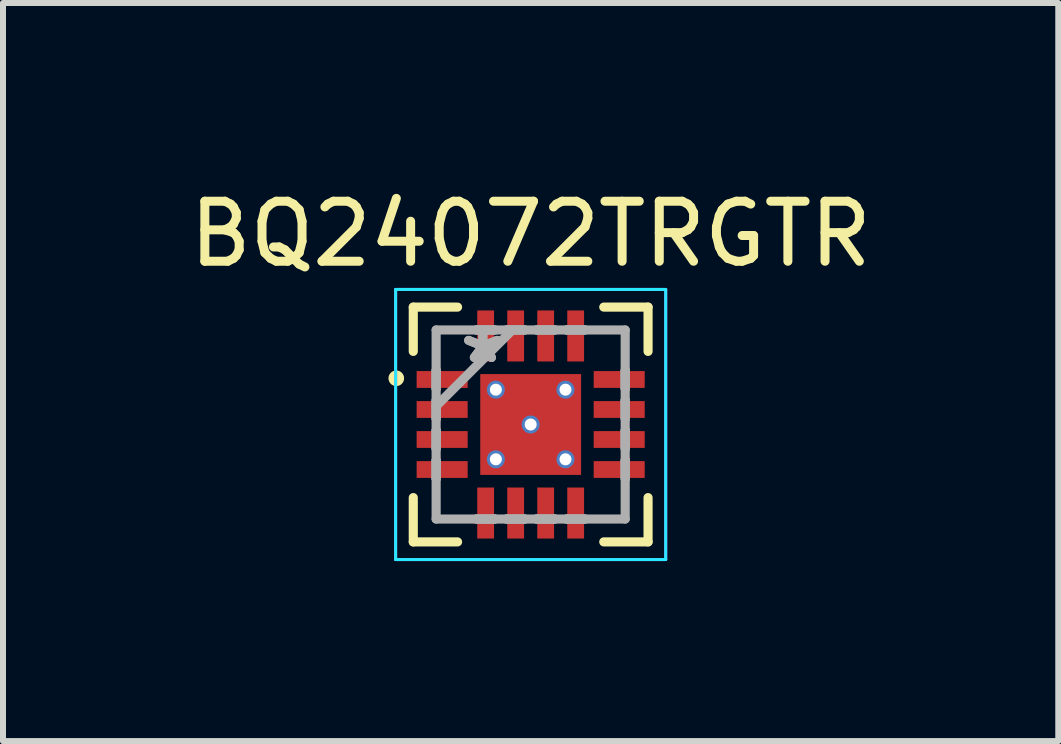
<source format=kicad_pcb>
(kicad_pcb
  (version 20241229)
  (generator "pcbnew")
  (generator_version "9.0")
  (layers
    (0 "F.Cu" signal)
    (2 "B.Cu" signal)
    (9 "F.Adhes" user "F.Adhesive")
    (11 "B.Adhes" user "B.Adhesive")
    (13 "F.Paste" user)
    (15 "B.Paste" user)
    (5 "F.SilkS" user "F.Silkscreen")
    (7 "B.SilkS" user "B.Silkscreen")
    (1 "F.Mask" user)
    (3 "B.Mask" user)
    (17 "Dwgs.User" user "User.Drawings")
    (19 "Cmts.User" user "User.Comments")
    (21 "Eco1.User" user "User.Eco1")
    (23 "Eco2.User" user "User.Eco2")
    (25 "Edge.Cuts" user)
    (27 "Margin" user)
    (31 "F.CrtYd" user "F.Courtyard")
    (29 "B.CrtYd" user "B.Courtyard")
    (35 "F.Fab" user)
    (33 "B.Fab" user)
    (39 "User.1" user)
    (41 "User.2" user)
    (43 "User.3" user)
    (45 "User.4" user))
  (footprint "BQ24072TRGTR"
    (layer "F.Cu")
    (at 5.792 4.023)
    (property "Reference" "BQ24072TRGTR" (at 0 -3.175 0) (layer "F.SilkS") (effects (font (size 1 1) (thickness 0.15))))
    (attr through_hole)
    (fp_line (start -1.956 -1.956) (end -1.956 -1.218) (stroke (width 0.152) (type solid)) (layer "F.SilkS"))
    (fp_line (start -1.956 1.218) (end -1.956 1.956) (stroke (width 0.152) (type solid)) (layer "F.SilkS"))
    (fp_line (start -1.956 1.956) (end -1.218 1.956) (stroke (width 0.152) (type solid)) (layer "F.SilkS"))
    (fp_line (start -1.218 -1.956) (end -1.956 -1.956) (stroke (width 0.152) (type solid)) (layer "F.SilkS"))
    (fp_line (start 1.218 1.956) (end 1.956 1.956) (stroke (width 0.152) (type solid)) (layer "F.SilkS"))
    (fp_line (start 1.956 -1.956) (end 1.218 -1.956) (stroke (width 0.152) (type solid)) (layer "F.SilkS"))
    (fp_line (start 1.956 -1.218) (end 1.956 -1.956) (stroke (width 0.152) (type solid)) (layer "F.SilkS"))
    (fp_line (start 1.956 1.956) (end 1.956 1.218) (stroke (width 0.152) (type solid)) (layer "F.SilkS"))
    (fp_circle (center -2.239 -0.77) (end -2.17 -0.757) (stroke (width 0.12) (type solid)) (fill no) (layer "F.SilkS"))
    (fp_line (start -0.775 -0.775) (end -0.775 -0.494) (stroke (width 0.152) (type solid)) (layer "F.Paste"))
    (fp_line (start -0.775 -0.494) (end -0.635 -0.494) (stroke (width 0.152) (type solid)) (layer "F.Paste"))
    (fp_line (start -0.775 -0.294) (end -0.775 0.294) (stroke (width 0.152) (type solid)) (layer "F.Paste"))
    (fp_line (start -0.775 0.294) (end -0.635 0.294) (stroke (width 0.152) (type solid)) (layer "F.Paste"))
    (fp_line (start -0.775 0.775) (end -0.494 0.775) (stroke (width 0.152) (type solid)) (layer "F.Paste"))
    (fp_line (start -0.635 -0.494) (end -0.635 -0.494) (stroke (width 0.152) (type solid)) (layer "F.Paste"))
    (fp_line (start -0.635 -0.494) (end -0.494 -0.635) (stroke (width 0.152) (type solid)) (layer "F.Paste"))
    (fp_line (start -0.635 -0.294) (end -0.775 -0.294) (stroke (width 0.152) (type solid)) (layer "F.Paste"))
    (fp_line (start -0.635 -0.294) (end -0.635 -0.294) (stroke (width 0.152) (type solid)) (layer "F.Paste"))
    (fp_line (start -0.635 0.294) (end -0.635 0.294) (stroke (width 0.152) (type solid)) (layer "F.Paste"))
    (fp_line (start -0.635 0.294) (end -0.494 0.152) (stroke (width 0.152) (type solid)) (layer "F.Paste"))
    (fp_line (start -0.635 0.494) (end -0.775 0.494) (stroke (width 0.152) (type solid)) (layer "F.Paste"))
    (fp_line (start -0.635 0.494) (end -0.635 0.494) (stroke (width 0.152) (type solid)) (layer "F.Paste"))
    (fp_line (start -0.494 -0.775) (end -0.775 -0.775) (stroke (width 0.152) (type solid)) (layer "F.Paste"))
    (fp_line (start -0.494 -0.635) (end -0.494 -0.775) (stroke (width 0.152) (type solid)) (layer "F.Paste"))
    (fp_line (start -0.494 -0.635) (end -0.494 -0.635) (stroke (width 0.152) (type solid)) (layer "F.Paste"))
    (fp_line (start -0.494 -0.152) (end -0.635 -0.294) (stroke (width 0.152) (type solid)) (layer "F.Paste"))
    (fp_line (start -0.494 -0.152) (end -0.494 -0.152) (stroke (width 0.152) (type solid)) (layer "F.Paste"))
    (fp_line (start -0.494 0.152) (end -0.494 -0.152) (stroke (width 0.152) (type solid)) (layer "F.Paste"))
    (fp_line (start -0.494 0.152) (end -0.494 0.152) (stroke (width 0.152) (type solid)) (layer "F.Paste"))
    (fp_line (start -0.494 0.635) (end -0.494 0.635) (stroke (width 0.152) (type solid)) (layer "F.Paste"))
    (fp_line (start -0.494 0.775) (end -0.494 0.635) (stroke (width 0.152) (type solid)) (layer "F.Paste"))
    (fp_line (start -0.294 -0.775) (end -0.294 -0.635) (stroke (width 0.152) (type solid)) (layer "F.Paste"))
    (fp_line (start -0.294 -0.635) (end -0.294 -0.635) (stroke (width 0.152) (type solid)) (layer "F.Paste"))
    (fp_line (start -0.294 -0.635) (end -0.152 -0.494) (stroke (width 0.152) (type solid)) (layer "F.Paste"))
    (fp_line (start -0.294 -0.152) (end -0.294 -0.152) (stroke (width 0.152) (type solid)) (layer "F.Paste"))
    (fp_line (start -0.294 -0.152) (end -0.294 0.152) (stroke (width 0.152) (type solid)) (layer "F.Paste"))
    (fp_line (start -0.294 0.152) (end -0.294 0.152) (stroke (width 0.152) (type solid)) (layer "F.Paste"))
    (fp_line (start -0.294 0.152) (end -0.152 0.294) (stroke (width 0.152) (type solid)) (layer "F.Paste"))
    (fp_line (start -0.294 0.635) (end -0.294 0.635) (stroke (width 0.152) (type solid)) (layer "F.Paste"))
    (fp_line (start -0.294 0.635) (end -0.294 0.775) (stroke (width 0.152) (type solid)) (layer "F.Paste"))
    (fp_line (start -0.294 0.775) (end 0.294 0.775) (stroke (width 0.152) (type solid)) (layer "F.Paste"))
    (fp_line (start -0.152 -0.494) (end -0.152 -0.494) (stroke (width 0.152) (type solid)) (layer "F.Paste"))
    (fp_line (start -0.152 -0.494) (end 0.152 -0.494) (stroke (width 0.152) (type solid)) (layer "F.Paste"))
    (fp_line (start -0.152 -0.294) (end -0.294 -0.152) (stroke (width 0.152) (type solid)) (layer "F.Paste"))
    (fp_line (start -0.152 -0.294) (end -0.152 -0.294) (stroke (width 0.152) (type solid)) (layer "F.Paste"))
    (fp_line (start -0.152 0.294) (end -0.152 0.294) (stroke (width 0.152) (type solid)) (layer "F.Paste"))
    (fp_line (start -0.152 0.294) (end 0.152 0.294) (stroke (width 0.152) (type solid)) (layer "F.Paste"))
    (fp_line (start -0.152 0.494) (end -0.294 0.635) (stroke (width 0.152) (type solid)) (layer "F.Paste"))
    (fp_line (start -0.152 0.494) (end -0.152 0.494) (stroke (width 0.152) (type solid)) (layer "F.Paste"))
    (fp_line (start 0.152 -0.494) (end 0.152 -0.494) (stroke (width 0.152) (type solid)) (layer "F.Paste"))
    (fp_line (start 0.152 -0.494) (end 0.294 -0.635) (stroke (width 0.152) (type solid)) (layer "F.Paste"))
    (fp_line (start 0.152 -0.294) (end 0.152 -0.294) (stroke (width 0.152) (type solid)) (layer "F.Paste"))
    (fp_line (start 0.152 0.294) (end 0.152 0.294) (stroke (width 0.152) (type solid)) (layer "F.Paste"))
    (fp_line (start 0.152 0.494) (end -0.152 0.494) (stroke (width 0.152) (type solid)) (layer "F.Paste"))
    (fp_line (start 0.152 0.494) (end 0.152 0.494) (stroke (width 0.152) (type solid)) (layer "F.Paste"))
    (fp_line (start 0.294 -0.635) (end 0.294 -0.775) (stroke (width 0.152) (type solid)) (layer "F.Paste"))
    (fp_line (start 0.294 -0.635) (end 0.294 -0.635) (stroke (width 0.152) (type solid)) (layer "F.Paste"))
    (fp_line (start 0.294 -0.152) (end 0.152 -0.294) (stroke (width 0.152) (type solid)) (layer "F.Paste"))
    (fp_line (start 0.294 -0.152) (end 0.294 -0.152) (stroke (width 0.152) (type solid)) (layer "F.Paste"))
    (fp_line (start 0.294 0.152) (end 0.294 -0.152) (stroke (width 0.152) (type solid)) (layer "F.Paste"))
    (fp_line (start 0.294 0.152) (end 0.294 0.152) (stroke (width 0.152) (type solid)) (layer "F.Paste"))
    (fp_line (start 0.294 0.635) (end 0.152 0.494) (stroke (width 0.152) (type solid)) (layer "F.Paste"))
    (fp_line (start 0.294 0.635) (end 0.294 0.635) (stroke (width 0.152) (type solid)) (layer "F.Paste"))
    (fp_line (start 0.294 0.775) (end 0.294 0.635) (stroke (width 0.152) (type solid)) (layer "F.Paste"))
    (fp_line (start 0.494 -0.775) (end 0.494 -0.635) (stroke (width 0.152) (type solid)) (layer "F.Paste"))
    (fp_line (start 0.494 -0.635) (end 0.494 -0.635) (stroke (width 0.152) (type solid)) (layer "F.Paste"))
    (fp_line (start 0.494 -0.635) (end 0.635 -0.494) (stroke (width 0.152) (type solid)) (layer "F.Paste"))
    (fp_line (start 0.494 -0.152) (end 0.494 -0.152) (stroke (width 0.152) (type solid)) (layer "F.Paste"))
    (fp_line (start 0.494 -0.152) (end 0.494 0.152) (stroke (width 0.152) (type solid)) (layer "F.Paste"))
    (fp_line (start 0.494 0.152) (end 0.635 0.294) (stroke (width 0.152) (type solid)) (layer "F.Paste"))
    (fp_line (start 0.494 0.635) (end 0.494 0.635) (stroke (width 0.152) (type solid)) (layer "F.Paste"))
    (fp_line (start 0.494 0.635) (end 0.494 0.775) (stroke (width 0.152) (type solid)) (layer "F.Paste"))
    (fp_line (start 0.494 0.775) (end 0.775 0.775) (stroke (width 0.152) (type solid)) (layer "F.Paste"))
    (fp_line (start 0.635 -0.494) (end 0.635 -0.494) (stroke (width 0.152) (type solid)) (layer "F.Paste"))
    (fp_line (start 0.635 -0.494) (end 0.775 -0.494) (stroke (width 0.152) (type solid)) (layer "F.Paste"))
    (fp_line (start 0.635 -0.294) (end 0.494 -0.152) (stroke (width 0.152) (type solid)) (layer "F.Paste"))
    (fp_line (start 0.635 -0.294) (end 0.635 -0.294) (stroke (width 0.152) (type solid)) (layer "F.Paste"))
    (fp_line (start 0.635 0.294) (end 0.635 0.294) (stroke (width 0.152) (type solid)) (layer "F.Paste"))
    (fp_line (start 0.635 0.294) (end 0.775 0.294) (stroke (width 0.152) (type solid)) (layer "F.Paste"))
    (fp_line (start 0.635 0.494) (end 0.494 0.635) (stroke (width 0.152) (type solid)) (layer "F.Paste"))
    (fp_line (start 0.635 0.494) (end 0.635 0.494) (stroke (width 0.152) (type solid)) (layer "F.Paste"))
    (fp_line (start 0.775 -0.775) (end 0.494 -0.775) (stroke (width 0.152) (type solid)) (layer "F.Paste"))
    (fp_line (start 0.775 -0.494) (end 0.775 -0.775) (stroke (width 0.152) (type solid)) (layer "F.Paste"))
    (fp_line (start 0.775 -0.294) (end 0.635 -0.294) (stroke (width 0.152) (type solid)) (layer "F.Paste"))
    (fp_line (start 0.775 0.294) (end 0.775 -0.294) (stroke (width 0.152) (type solid)) (layer "F.Paste"))
    (fp_line (start 0.775 0.494) (end 0.635 0.494) (stroke (width 0.152) (type solid)) (layer "F.Paste"))
    (fp_line (start 0.775 0.775) (end 0.775 0.494) (stroke (width 0.152) (type solid)) (layer "F.Paste"))
    (fp_line (start -2.25 -2.25) (end -2.25 2.25) (stroke (width 0.05) (type solid)) (layer "B.CrtYd"))
    (fp_line (start 2.25 -2.25) (end -2.25 -2.25) (stroke (width 0.05) (type solid)) (layer "B.CrtYd"))
    (fp_line (start 2.25 -2.25) (end 2.25 2.25) (stroke (width 0.05) (type solid)) (layer "B.CrtYd"))
    (fp_line (start 2.25 2.25) (end -2.25 2.25) (stroke (width 0.05) (type solid)) (layer "B.CrtYd"))
    (fp_line (start -2.25 -2.25) (end -2.25 2.25) (stroke (width 0.05) (type solid)) (layer "F.CrtYd"))
    (fp_line (start -2.25 -2.25) (end 2.25 -2.25) (stroke (width 0.05) (type solid)) (layer "F.CrtYd"))
    (fp_line (start 2.25 -2.25) (end 2.25 2.25) (stroke (width 0.05) (type solid)) (layer "F.CrtYd"))
    (fp_line (start 2.25 2.25) (end -2.25 2.25) (stroke (width 0.05) (type solid)) (layer "F.CrtYd"))
    (fp_line (start -1.575 -1.575) (end -1.575 1.575) (stroke (width 0.152) (type solid)) (layer "F.Fab"))
    (fp_line (start -1.575 -0.9) (end -1.575 -0.9) (stroke (width 0.152) (type solid)) (layer "F.Fab"))
    (fp_line (start -1.575 -0.9) (end -1.575 -0.6) (stroke (width 0.152) (type solid)) (layer "F.Fab"))
    (fp_line (start -1.575 -0.6) (end -1.575 -0.9) (stroke (width 0.152) (type solid)) (layer "F.Fab"))
    (fp_line (start -1.575 -0.6) (end -1.575 -0.6) (stroke (width 0.152) (type solid)) (layer "F.Fab"))
    (fp_line (start -1.575 -0.4) (end -1.575 -0.4) (stroke (width 0.152) (type solid)) (layer "F.Fab"))
    (fp_line (start -1.575 -0.4) (end -1.575 -0.1) (stroke (width 0.152) (type solid)) (layer "F.Fab"))
    (fp_line (start -1.575 -0.305) (end -0.305 -1.575) (stroke (width 0.152) (type solid)) (layer "F.Fab"))
    (fp_line (start -1.575 -0.1) (end -1.575 -0.4) (stroke (width 0.152) (type solid)) (layer "F.Fab"))
    (fp_line (start -1.575 -0.1) (end -1.575 -0.1) (stroke (width 0.152) (type solid)) (layer "F.Fab"))
    (fp_line (start -1.575 0.1) (end -1.575 0.1) (stroke (width 0.152) (type solid)) (layer "F.Fab"))
    (fp_line (start -1.575 0.1) (end -1.575 0.4) (stroke (width 0.152) (type solid)) (layer "F.Fab"))
    (fp_line (start -1.575 0.4) (end -1.575 0.1) (stroke (width 0.152) (type solid)) (layer "F.Fab"))
    (fp_line (start -1.575 0.4) (end -1.575 0.4) (stroke (width 0.152) (type solid)) (layer "F.Fab"))
    (fp_line (start -1.575 0.6) (end -1.575 0.6) (stroke (width 0.152) (type solid)) (layer "F.Fab"))
    (fp_line (start -1.575 0.6) (end -1.575 0.9) (stroke (width 0.152) (type solid)) (layer "F.Fab"))
    (fp_line (start -1.575 0.9) (end -1.575 0.6) (stroke (width 0.152) (type solid)) (layer "F.Fab"))
    (fp_line (start -1.575 0.9) (end -1.575 0.9) (stroke (width 0.152) (type solid)) (layer "F.Fab"))
    (fp_line (start -1.575 1.575) (end 1.575 1.575) (stroke (width 0.152) (type solid)) (layer "F.Fab"))
    (fp_line (start -0.9 -1.575) (end -0.9 -1.575) (stroke (width 0.152) (type solid)) (layer "F.Fab"))
    (fp_line (start -0.9 -1.575) (end -0.6 -1.575) (stroke (width 0.152) (type solid)) (layer "F.Fab"))
    (fp_line (start -0.9 1.575) (end -0.9 1.575) (stroke (width 0.152) (type solid)) (layer "F.Fab"))
    (fp_line (start -0.9 1.575) (end -0.6 1.575) (stroke (width 0.152) (type solid)) (layer "F.Fab"))
    (fp_line (start -0.6 -1.575) (end -0.9 -1.575) (stroke (width 0.152) (type solid)) (layer "F.Fab"))
    (fp_line (start -0.6 -1.575) (end -0.6 -1.575) (stroke (width 0.152) (type solid)) (layer "F.Fab"))
    (fp_line (start -0.6 1.575) (end -0.9 1.575) (stroke (width 0.152) (type solid)) (layer "F.Fab"))
    (fp_line (start -0.6 1.575) (end -0.6 1.575) (stroke (width 0.152) (type solid)) (layer "F.Fab"))
    (fp_line (start -0.4 -1.575) (end -0.4 -1.575) (stroke (width 0.152) (type solid)) (layer "F.Fab"))
    (fp_line (start -0.4 -1.575) (end -0.1 -1.575) (stroke (width 0.152) (type solid)) (layer "F.Fab"))
    (fp_line (start -0.4 1.575) (end -0.4 1.575) (stroke (width 0.152) (type solid)) (layer "F.Fab"))
    (fp_line (start -0.4 1.575) (end -0.1 1.575) (stroke (width 0.152) (type solid)) (layer "F.Fab"))
    (fp_line (start -0.1 -1.575) (end -0.4 -1.575) (stroke (width 0.152) (type solid)) (layer "F.Fab"))
    (fp_line (start -0.1 -1.575) (end -0.1 -1.575) (stroke (width 0.152) (type solid)) (layer "F.Fab"))
    (fp_line (start -0.1 1.575) (end -0.4 1.575) (stroke (width 0.152) (type solid)) (layer "F.Fab"))
    (fp_line (start -0.1 1.575) (end -0.1 1.575) (stroke (width 0.152) (type solid)) (layer "F.Fab"))
    (fp_line (start 0.1 -1.575) (end 0.1 -1.575) (stroke (width 0.152) (type solid)) (layer "F.Fab"))
    (fp_line (start 0.1 -1.575) (end 0.4 -1.575) (stroke (width 0.152) (type solid)) (layer "F.Fab"))
    (fp_line (start 0.1 1.575) (end 0.1 1.575) (stroke (width 0.152) (type solid)) (layer "F.Fab"))
    (fp_line (start 0.1 1.575) (end 0.4 1.575) (stroke (width 0.152) (type solid)) (layer "F.Fab"))
    (fp_line (start 0.4 -1.575) (end 0.1 -1.575) (stroke (width 0.152) (type solid)) (layer "F.Fab"))
    (fp_line (start 0.4 -1.575) (end 0.4 -1.575) (stroke (width 0.152) (type solid)) (layer "F.Fab"))
    (fp_line (start 0.4 1.575) (end 0.1 1.575) (stroke (width 0.152) (type solid)) (layer "F.Fab"))
    (fp_line (start 0.4 1.575) (end 0.4 1.575) (stroke (width 0.152) (type solid)) (layer "F.Fab"))
    (fp_line (start 0.6 -1.575) (end 0.6 -1.575) (stroke (width 0.152) (type solid)) (layer "F.Fab"))
    (fp_line (start 0.6 -1.575) (end 0.9 -1.575) (stroke (width 0.152) (type solid)) (layer "F.Fab"))
    (fp_line (start 0.6 1.575) (end 0.6 1.575) (stroke (width 0.152) (type solid)) (layer "F.Fab"))
    (fp_line (start 0.6 1.575) (end 0.9 1.575) (stroke (width 0.152) (type solid)) (layer "F.Fab"))
    (fp_line (start 0.9 -1.575) (end 0.6 -1.575) (stroke (width 0.152) (type solid)) (layer "F.Fab"))
    (fp_line (start 0.9 -1.575) (end 0.9 -1.575) (stroke (width 0.152) (type solid)) (layer "F.Fab"))
    (fp_line (start 0.9 1.575) (end 0.6 1.575) (stroke (width 0.152) (type solid)) (layer "F.Fab"))
    (fp_line (start 0.9 1.575) (end 0.9 1.575) (stroke (width 0.152) (type solid)) (layer "F.Fab"))
    (fp_line (start 1.575 -1.575) (end -1.575 -1.575) (stroke (width 0.152) (type solid)) (layer "F.Fab"))
    (fp_line (start 1.575 -0.9) (end 1.575 -0.9) (stroke (width 0.152) (type solid)) (layer "F.Fab"))
    (fp_line (start 1.575 -0.9) (end 1.575 -0.6) (stroke (width 0.152) (type solid)) (layer "F.Fab"))
    (fp_line (start 1.575 -0.6) (end 1.575 -0.9) (stroke (width 0.152) (type solid)) (layer "F.Fab"))
    (fp_line (start 1.575 -0.6) (end 1.575 -0.6) (stroke (width 0.152) (type solid)) (layer "F.Fab"))
    (fp_line (start 1.575 -0.4) (end 1.575 -0.4) (stroke (width 0.152) (type solid)) (layer "F.Fab"))
    (fp_line (start 1.575 -0.4) (end 1.575 -0.1) (stroke (width 0.152) (type solid)) (layer "F.Fab"))
    (fp_line (start 1.575 -0.1) (end 1.575 -0.4) (stroke (width 0.152) (type solid)) (layer "F.Fab"))
    (fp_line (start 1.575 -0.1) (end 1.575 -0.1) (stroke (width 0.152) (type solid)) (layer "F.Fab"))
    (fp_line (start 1.575 0.1) (end 1.575 0.1) (stroke (width 0.152) (type solid)) (layer "F.Fab"))
    (fp_line (start 1.575 0.1) (end 1.575 0.4) (stroke (width 0.152) (type solid)) (layer "F.Fab"))
    (fp_line (start 1.575 0.4) (end 1.575 0.1) (stroke (width 0.152) (type solid)) (layer "F.Fab"))
    (fp_line (start 1.575 0.4) (end 1.575 0.4) (stroke (width 0.152) (type solid)) (layer "F.Fab"))
    (fp_line (start 1.575 0.6) (end 1.575 0.6) (stroke (width 0.152) (type solid)) (layer "F.Fab"))
    (fp_line (start 1.575 0.6) (end 1.575 0.9) (stroke (width 0.152) (type solid)) (layer "F.Fab"))
    (fp_line (start 1.575 0.9) (end 1.575 0.6) (stroke (width 0.152) (type solid)) (layer "F.Fab"))
    (fp_line (start 1.575 0.9) (end 1.575 0.9) (stroke (width 0.152) (type solid)) (layer "F.Fab"))
    (fp_line (start 1.575 1.575) (end 1.575 -1.575) (stroke (width 0.152) (type solid)) (layer "F.Fab"))
    (fp_text user "*" (at -0.796 -1 0) (layer "F.Fab") (effects (font (size 1 1) (thickness 0.15))))
    (fp_text user "*" (at -0.796 -1 0) (layer "F.Fab") (effects (font (size 1 1) (thickness 0.15))))
    (pad "1" smd rect (at -1.475 -0.75 90) (size 0.28 0.85) (layers "F.Cu" "F.Mask" "F.Paste"))
    (pad "2" smd rect (at -1.475 -0.25 90) (size 0.28 0.85) (layers "F.Cu" "F.Mask" "F.Paste"))
    (pad "3" smd rect (at -1.475 0.25 90) (size 0.28 0.85) (layers "F.Cu" "F.Mask" "F.Paste"))
    (pad "4" smd rect (at -1.475 0.75 90) (size 0.28 0.85) (layers "F.Cu" "F.Mask" "F.Paste"))
    (pad "5" smd rect (at -0.75 1.475) (size 0.28 0.85) (layers "F.Cu" "F.Mask" "F.Paste"))
    (pad "6" smd rect (at -0.25 1.475) (size 0.28 0.85) (layers "F.Cu" "F.Mask" "F.Paste"))
    (pad "7" smd rect (at 0.25 1.475) (size 0.28 0.85) (layers "F.Cu" "F.Mask" "F.Paste"))
    (pad "8" smd rect (at 0.75 1.475) (size 0.28 0.85) (layers "F.Cu" "F.Mask" "F.Paste"))
    (pad "9" smd rect (at 1.475 0.75 90) (size 0.28 0.85) (layers "F.Cu" "F.Mask" "F.Paste"))
    (pad "10" smd rect (at 1.475 0.25 90) (size 0.28 0.85) (layers "F.Cu" "F.Mask" "F.Paste"))
    (pad "11" smd rect (at 1.475 -0.25 90) (size 0.28 0.85) (layers "F.Cu" "F.Mask" "F.Paste"))
    (pad "12" smd rect (at 1.475 -0.75 90) (size 0.28 0.85) (layers "F.Cu" "F.Mask" "F.Paste"))
    (pad "13" smd rect (at 0.75 -1.475) (size 0.28 0.85) (layers "F.Cu" "F.Mask" "F.Paste"))
    (pad "14" smd rect (at 0.25 -1.475) (size 0.28 0.85) (layers "F.Cu" "F.Mask" "F.Paste"))
    (pad "15" smd rect (at -0.25 -1.475) (size 0.28 0.85) (layers "F.Cu" "F.Mask" "F.Paste"))
    (pad "16" smd rect (at -0.75 -1.475) (size 0.28 0.85) (layers "F.Cu" "F.Mask" "F.Paste"))
    (pad "17" thru_hole circle (at -0.58 -0.58) (size 0.3 0.3) (drill 0.2) (layers "*.Cu"))
    (pad "17" thru_hole circle (at -0.58 0.58) (size 0.3 0.3) (drill 0.2) (layers "*.Cu"))
    (pad "17" thru_hole circle (at 0 0) (size 0.3 0.3) (drill 0.2) (layers "*.Cu"))
    (pad "17" smd rect (at 0 0) (size 1.68 1.68) (layers "F.Cu" "F.Mask" "F.Paste"))
    (pad "17" thru_hole circle (at 0.58 -0.58) (size 0.3 0.3) (drill 0.2) (layers "*.Cu"))
    (pad "17" thru_hole circle (at 0.58 0.58) (size 0.3 0.3) (drill 0.2) (layers "*.Cu")))
  (gr_rect
    (start -3 -3)
    (end 14.583 9.298)
    (stroke (width 0.1) (type default))
    (fill no)
    (layer "Edge.Cuts")))
</source>
